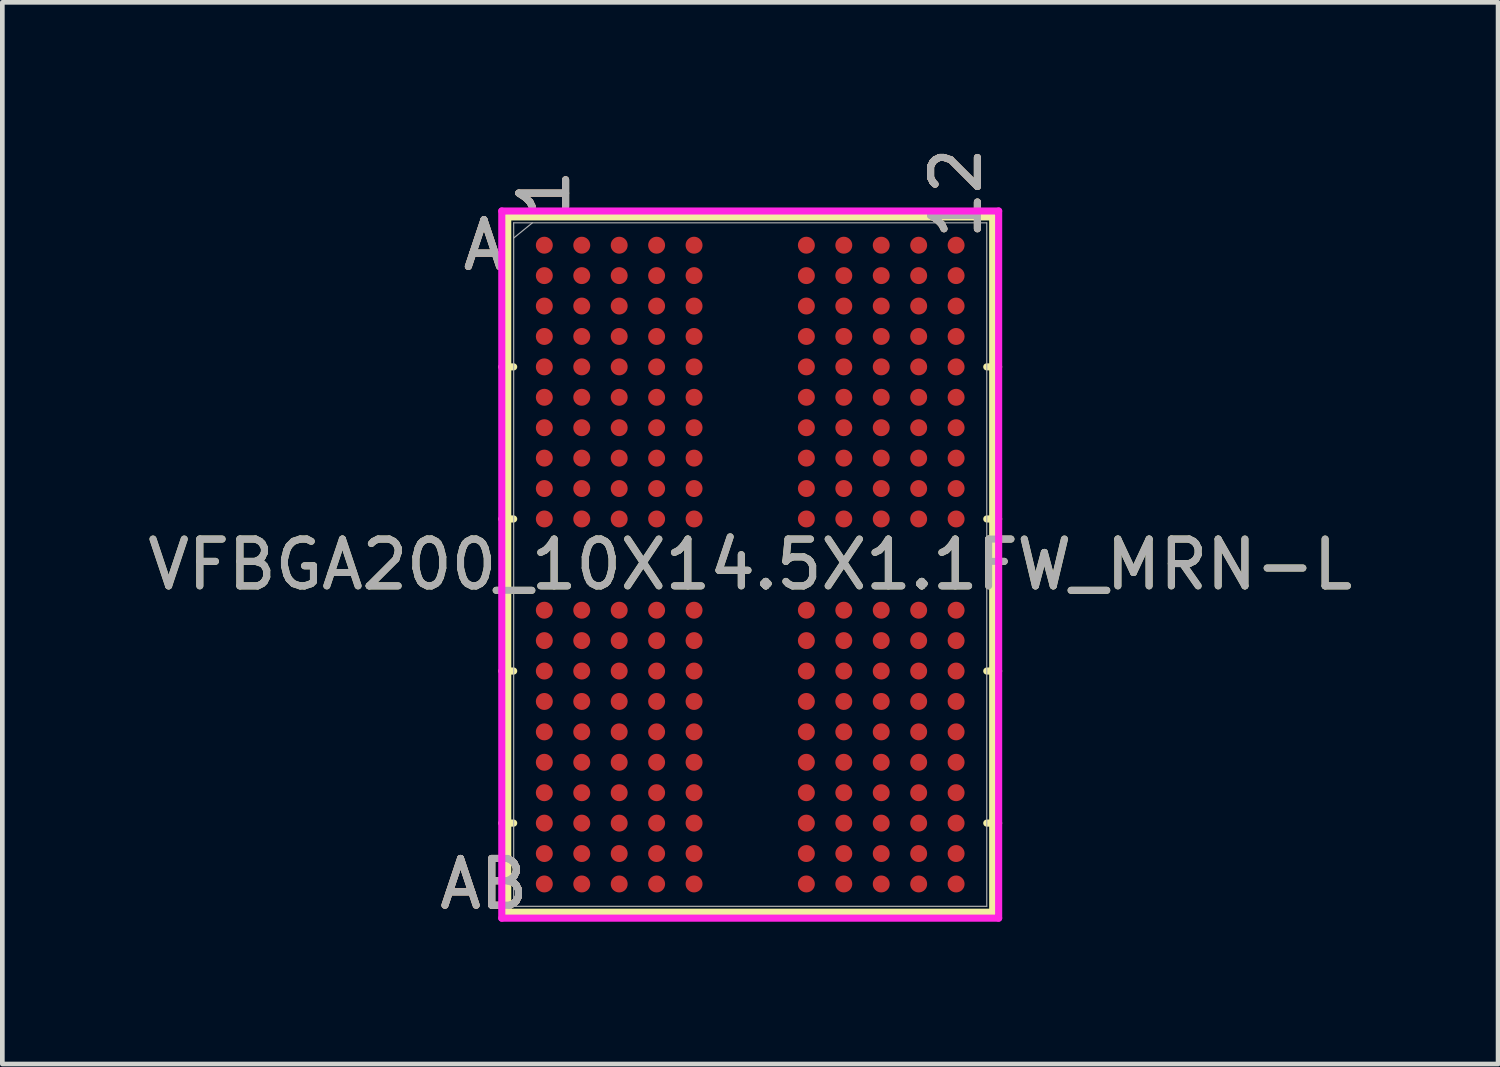
<source format=kicad_pcb>
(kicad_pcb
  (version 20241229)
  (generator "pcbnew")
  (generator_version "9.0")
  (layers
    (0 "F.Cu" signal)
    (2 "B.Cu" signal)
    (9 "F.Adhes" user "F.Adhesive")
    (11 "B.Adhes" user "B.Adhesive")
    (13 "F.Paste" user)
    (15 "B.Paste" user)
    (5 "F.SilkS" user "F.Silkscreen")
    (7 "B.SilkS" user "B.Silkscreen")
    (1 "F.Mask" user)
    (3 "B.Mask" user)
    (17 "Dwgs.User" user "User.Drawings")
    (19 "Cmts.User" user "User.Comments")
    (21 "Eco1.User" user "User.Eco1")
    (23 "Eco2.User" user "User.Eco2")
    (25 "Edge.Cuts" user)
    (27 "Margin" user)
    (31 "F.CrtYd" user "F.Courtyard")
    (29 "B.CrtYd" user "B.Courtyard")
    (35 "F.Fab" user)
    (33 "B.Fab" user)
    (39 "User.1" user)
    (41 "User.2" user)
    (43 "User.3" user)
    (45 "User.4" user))
  (footprint "VFBGA200_10X14.5X1.1FW_MRN-L"
    (layer "F.Cu")
    (at 12.982 9.015)
    (property "Reference" "VFBGA200_10X14.5X1.1FW_MRN-L" (at 0 0 0) (unlocked yes) (layer "F.SilkS") (effects (font (size 1 1) (thickness 0.15))))
    (attr smd)
    (fp_line (start -5.182 -7.429) (end -5.182 7.429) (stroke (width 0.152) (type solid)) (layer "F.SilkS"))
    (fp_line (start -5.182 7.429) (end 5.182 7.429) (stroke (width 0.152) (type solid)) (layer "F.SilkS"))
    (fp_line (start -5.055 -4.225) (end -5.309 -4.225) (stroke (width 0.152) (type solid)) (layer "F.SilkS"))
    (fp_line (start -5.055 -0.975) (end -5.309 -0.975) (stroke (width 0.152) (type solid)) (layer "F.SilkS"))
    (fp_line (start -5.055 2.275) (end -5.309 2.275) (stroke (width 0.152) (type solid)) (layer "F.SilkS"))
    (fp_line (start -5.055 5.525) (end -5.309 5.525) (stroke (width 0.152) (type solid)) (layer "F.SilkS"))
    (fp_line (start 5.055 -4.225) (end 5.309 -4.225) (stroke (width 0.152) (type solid)) (layer "F.SilkS"))
    (fp_line (start 5.055 -0.975) (end 5.309 -0.975) (stroke (width 0.152) (type solid)) (layer "F.SilkS"))
    (fp_line (start 5.055 2.275) (end 5.309 2.275) (stroke (width 0.152) (type solid)) (layer "F.SilkS"))
    (fp_line (start 5.055 5.525) (end 5.309 5.525) (stroke (width 0.152) (type solid)) (layer "F.SilkS"))
    (fp_line (start 5.182 -7.429) (end -5.182 -7.429) (stroke (width 0.152) (type solid)) (layer "F.SilkS"))
    (fp_line (start 5.182 7.429) (end 5.182 -7.429) (stroke (width 0.152) (type solid)) (layer "F.SilkS"))
    (fp_poly (pts (xy -5.245 -7.595) (xy 5.245 -7.595) (xy 5.245 7.595) (xy -5.245 7.595)) (stroke (width 0.1) (type solid)) (fill no) (layer "Eco2.User"))
    (fp_line (start -5.309 -7.556) (end 5.309 -7.556) (stroke (width 0.152) (type solid)) (layer "F.CrtYd"))
    (fp_line (start -5.309 7.556) (end -5.309 -7.556) (stroke (width 0.152) (type solid)) (layer "F.CrtYd"))
    (fp_line (start 5.309 -7.556) (end 5.309 7.556) (stroke (width 0.152) (type solid)) (layer "F.CrtYd"))
    (fp_line (start 5.309 7.556) (end -5.309 7.556) (stroke (width 0.152) (type solid)) (layer "F.CrtYd"))
    (fp_line (start -5.055 -7.303) (end -5.055 7.303) (stroke (width 0.025) (type solid)) (layer "F.Fab"))
    (fp_line (start -5.055 7.303) (end 5.055 7.303) (stroke (width 0.025) (type solid)) (layer "F.Fab"))
    (fp_line (start -4.655 -7.303) (end -5.055 -6.978) (stroke (width 0.025) (type solid)) (layer "F.Fab"))
    (fp_line (start 5.055 -7.303) (end -5.055 -7.303) (stroke (width 0.025) (type solid)) (layer "F.Fab"))
    (fp_line (start 5.055 7.303) (end 5.055 -7.303) (stroke (width 0.025) (type solid)) (layer "F.Fab"))
    (fp_text user "12" (at 4.4 -7.938 90) (unlocked yes) (layer "F.SilkS") (effects (font (size 1 1) (thickness 0.15))))
    (fp_text user "AB" (at -5.69 6.825 0) (unlocked yes) (layer "F.SilkS") (effects (font (size 1 1) (thickness 0.15))))
    (fp_text user "A" (at -5.69 -6.825 0) (unlocked yes) (layer "F.SilkS") (effects (font (size 1 1) (thickness 0.15))))
    (fp_text user "1" (at -4.4 -7.938 90) (unlocked yes) (layer "F.SilkS") (effects (font (size 1 1) (thickness 0.15))))
    (fp_text user "A" (at -5.69 -6.825 0) (unlocked yes) (layer "B.SilkS") (effects (font (size 1 1) (thickness 0.15))))
    (fp_text user "1" (at -4.4 -7.938 90) (unlocked yes) (layer "B.SilkS") (effects (font (size 1 1) (thickness 0.15))))
    (fp_text user "12" (at 4.4 -7.938 90) (unlocked yes) (layer "B.SilkS") (effects (font (size 1 1) (thickness 0.15))))
    (fp_text user "AB" (at -5.69 6.825 0) (unlocked yes) (layer "B.SilkS") (effects (font (size 1 1) (thickness 0.15))))
    (fp_text user "A" (at -5.69 -6.825 0) (unlocked yes) (layer "F.Fab") (effects (font (size 1 1) (thickness 0.15))))
    (fp_text user "12" (at 4.4 -7.938 90) (unlocked yes) (layer "F.Fab") (effects (font (size 1 1) (thickness 0.15))))
    (fp_text user "AB" (at -5.69 6.825 0) (unlocked yes) (layer "F.Fab") (effects (font (size 1 1) (thickness 0.15))))
    (fp_text user "1" (at -4.4 -7.938 90) (unlocked yes) (layer "F.Fab") (effects (font (size 1 1) (thickness 0.15))))
    (fp_text user "${REFERENCE}" (at 0 0 0) (unlocked yes) (layer "F.Fab") (effects (font (size 1 1) (thickness 0.15))))
    (pad "A1" smd circle (at -4.4 -6.825) (size 0.362 0.362) (layers "F.Cu" "F.Mask" "F.Paste"))
    (pad "A2" smd circle (at -3.6 -6.825) (size 0.362 0.362) (layers "F.Cu" "F.Mask" "F.Paste"))
    (pad "A3" smd circle (at -2.8 -6.825) (size 0.362 0.362) (layers "F.Cu" "F.Mask" "F.Paste"))
    (pad "A4" smd circle (at -2 -6.825) (size 0.362 0.362) (layers "F.Cu" "F.Mask" "F.Paste"))
    (pad "A5" smd circle (at -1.2 -6.825) (size 0.362 0.362) (layers "F.Cu" "F.Mask" "F.Paste"))
    (pad "A8" smd circle (at 1.2 -6.825) (size 0.362 0.362) (layers "F.Cu" "F.Mask" "F.Paste"))
    (pad "A9" smd circle (at 2 -6.825) (size 0.362 0.362) (layers "F.Cu" "F.Mask" "F.Paste"))
    (pad "A10" smd circle (at 2.8 -6.825) (size 0.362 0.362) (layers "F.Cu" "F.Mask" "F.Paste"))
    (pad "A11" smd circle (at 3.6 -6.825) (size 0.362 0.362) (layers "F.Cu" "F.Mask" "F.Paste"))
    (pad "A12" smd circle (at 4.4 -6.825) (size 0.362 0.362) (layers "F.Cu" "F.Mask" "F.Paste"))
    (pad "AA1" smd circle (at -4.4 6.175) (size 0.362 0.362) (layers "F.Cu" "F.Mask" "F.Paste"))
    (pad "AA2" smd circle (at -3.6 6.175) (size 0.362 0.362) (layers "F.Cu" "F.Mask" "F.Paste"))
    (pad "AA3" smd circle (at -2.8 6.175) (size 0.362 0.362) (layers "F.Cu" "F.Mask" "F.Paste"))
    (pad "AA4" smd circle (at -2 6.175) (size 0.362 0.362) (layers "F.Cu" "F.Mask" "F.Paste"))
    (pad "AA5" smd circle (at -1.2 6.175) (size 0.362 0.362) (layers "F.Cu" "F.Mask" "F.Paste"))
    (pad "AA8" smd circle (at 1.2 6.175) (size 0.362 0.362) (layers "F.Cu" "F.Mask" "F.Paste"))
    (pad "AA9" smd circle (at 2 6.175) (size 0.362 0.362) (layers "F.Cu" "F.Mask" "F.Paste"))
    (pad "AA10" smd circle (at 2.8 6.175) (size 0.362 0.362) (layers "F.Cu" "F.Mask" "F.Paste"))
    (pad "AA11" smd circle (at 3.6 6.175) (size 0.362 0.362) (layers "F.Cu" "F.Mask" "F.Paste"))
    (pad "AA12" smd circle (at 4.4 6.175) (size 0.362 0.362) (layers "F.Cu" "F.Mask" "F.Paste"))
    (pad "AB1" smd circle (at -4.4 6.825) (size 0.362 0.362) (layers "F.Cu" "F.Mask" "F.Paste"))
    (pad "AB2" smd circle (at -3.6 6.825) (size 0.362 0.362) (layers "F.Cu" "F.Mask" "F.Paste"))
    (pad "AB3" smd circle (at -2.8 6.825) (size 0.362 0.362) (layers "F.Cu" "F.Mask" "F.Paste"))
    (pad "AB4" smd circle (at -2 6.825) (size 0.362 0.362) (layers "F.Cu" "F.Mask" "F.Paste"))
    (pad "AB5" smd circle (at -1.2 6.825) (size 0.362 0.362) (layers "F.Cu" "F.Mask" "F.Paste"))
    (pad "AB8" smd circle (at 1.2 6.825) (size 0.362 0.362) (layers "F.Cu" "F.Mask" "F.Paste"))
    (pad "AB9" smd circle (at 2 6.825) (size 0.362 0.362) (layers "F.Cu" "F.Mask" "F.Paste"))
    (pad "AB10" smd circle (at 2.8 6.825) (size 0.362 0.362) (layers "F.Cu" "F.Mask" "F.Paste"))
    (pad "AB11" smd circle (at 3.6 6.825) (size 0.362 0.362) (layers "F.Cu" "F.Mask" "F.Paste"))
    (pad "AB12" smd circle (at 4.4 6.825) (size 0.362 0.362) (layers "F.Cu" "F.Mask" "F.Paste"))
    (pad "B1" smd circle (at -4.4 -6.175) (size 0.362 0.362) (layers "F.Cu" "F.Mask" "F.Paste"))
    (pad "B2" smd circle (at -3.6 -6.175) (size 0.362 0.362) (layers "F.Cu" "F.Mask" "F.Paste"))
    (pad "B3" smd circle (at -2.8 -6.175) (size 0.362 0.362) (layers "F.Cu" "F.Mask" "F.Paste"))
    (pad "B4" smd circle (at -2 -6.175) (size 0.362 0.362) (layers "F.Cu" "F.Mask" "F.Paste"))
    (pad "B5" smd circle (at -1.2 -6.175) (size 0.362 0.362) (layers "F.Cu" "F.Mask" "F.Paste"))
    (pad "B8" smd circle (at 1.2 -6.175) (size 0.362 0.362) (layers "F.Cu" "F.Mask" "F.Paste"))
    (pad "B9" smd circle (at 2 -6.175) (size 0.362 0.362) (layers "F.Cu" "F.Mask" "F.Paste"))
    (pad "B10" smd circle (at 2.8 -6.175) (size 0.362 0.362) (layers "F.Cu" "F.Mask" "F.Paste"))
    (pad "B11" smd circle (at 3.6 -6.175) (size 0.362 0.362) (layers "F.Cu" "F.Mask" "F.Paste"))
    (pad "B12" smd circle (at 4.4 -6.175) (size 0.362 0.362) (layers "F.Cu" "F.Mask" "F.Paste"))
    (pad "C1" smd circle (at -4.4 -5.525) (size 0.362 0.362) (layers "F.Cu" "F.Mask" "F.Paste"))
    (pad "C2" smd circle (at -3.6 -5.525) (size 0.362 0.362) (layers "F.Cu" "F.Mask" "F.Paste"))
    (pad "C3" smd circle (at -2.8 -5.525) (size 0.362 0.362) (layers "F.Cu" "F.Mask" "F.Paste"))
    (pad "C4" smd circle (at -2 -5.525) (size 0.362 0.362) (layers "F.Cu" "F.Mask" "F.Paste"))
    (pad "C5" smd circle (at -1.2 -5.525) (size 0.362 0.362) (layers "F.Cu" "F.Mask" "F.Paste"))
    (pad "C8" smd circle (at 1.2 -5.525) (size 0.362 0.362) (layers "F.Cu" "F.Mask" "F.Paste"))
    (pad "C9" smd circle (at 2 -5.525) (size 0.362 0.362) (layers "F.Cu" "F.Mask" "F.Paste"))
    (pad "C10" smd circle (at 2.8 -5.525) (size 0.362 0.362) (layers "F.Cu" "F.Mask" "F.Paste"))
    (pad "C11" smd circle (at 3.6 -5.525) (size 0.362 0.362) (layers "F.Cu" "F.Mask" "F.Paste"))
    (pad "C12" smd circle (at 4.4 -5.525) (size 0.362 0.362) (layers "F.Cu" "F.Mask" "F.Paste"))
    (pad "D1" smd circle (at -4.4 -4.875) (size 0.362 0.362) (layers "F.Cu" "F.Mask" "F.Paste"))
    (pad "D2" smd circle (at -3.6 -4.875) (size 0.362 0.362) (layers "F.Cu" "F.Mask" "F.Paste"))
    (pad "D3" smd circle (at -2.8 -4.875) (size 0.362 0.362) (layers "F.Cu" "F.Mask" "F.Paste"))
    (pad "D4" smd circle (at -2 -4.875) (size 0.362 0.362) (layers "F.Cu" "F.Mask" "F.Paste"))
    (pad "D5" smd circle (at -1.2 -4.875) (size 0.362 0.362) (layers "F.Cu" "F.Mask" "F.Paste"))
    (pad "D8" smd circle (at 1.2 -4.875) (size 0.362 0.362) (layers "F.Cu" "F.Mask" "F.Paste"))
    (pad "D9" smd circle (at 2 -4.875) (size 0.362 0.362) (layers "F.Cu" "F.Mask" "F.Paste"))
    (pad "D10" smd circle (at 2.8 -4.875) (size 0.362 0.362) (layers "F.Cu" "F.Mask" "F.Paste"))
    (pad "D11" smd circle (at 3.6 -4.875) (size 0.362 0.362) (layers "F.Cu" "F.Mask" "F.Paste"))
    (pad "D12" smd circle (at 4.4 -4.875) (size 0.362 0.362) (layers "F.Cu" "F.Mask" "F.Paste"))
    (pad "E1" smd circle (at -4.4 -4.225) (size 0.362 0.362) (layers "F.Cu" "F.Mask" "F.Paste"))
    (pad "E2" smd circle (at -3.6 -4.225) (size 0.362 0.362) (layers "F.Cu" "F.Mask" "F.Paste"))
    (pad "E3" smd circle (at -2.8 -4.225) (size 0.362 0.362) (layers "F.Cu" "F.Mask" "F.Paste"))
    (pad "E4" smd circle (at -2 -4.225) (size 0.362 0.362) (layers "F.Cu" "F.Mask" "F.Paste"))
    (pad "E5" smd circle (at -1.2 -4.225) (size 0.362 0.362) (layers "F.Cu" "F.Mask" "F.Paste"))
    (pad "E8" smd circle (at 1.2 -4.225) (size 0.362 0.362) (layers "F.Cu" "F.Mask" "F.Paste"))
    (pad "E9" smd circle (at 2 -4.225) (size 0.362 0.362) (layers "F.Cu" "F.Mask" "F.Paste"))
    (pad "E10" smd circle (at 2.8 -4.225) (size 0.362 0.362) (layers "F.Cu" "F.Mask" "F.Paste"))
    (pad "E11" smd circle (at 3.6 -4.225) (size 0.362 0.362) (layers "F.Cu" "F.Mask" "F.Paste"))
    (pad "E12" smd circle (at 4.4 -4.225) (size 0.362 0.362) (layers "F.Cu" "F.Mask" "F.Paste"))
    (pad "F1" smd circle (at -4.4 -3.575) (size 0.362 0.362) (layers "F.Cu" "F.Mask" "F.Paste"))
    (pad "F2" smd circle (at -3.6 -3.575) (size 0.362 0.362) (layers "F.Cu" "F.Mask" "F.Paste"))
    (pad "F3" smd circle (at -2.8 -3.575) (size 0.362 0.362) (layers "F.Cu" "F.Mask" "F.Paste"))
    (pad "F4" smd circle (at -2 -3.575) (size 0.362 0.362) (layers "F.Cu" "F.Mask" "F.Paste"))
    (pad "F5" smd circle (at -1.2 -3.575) (size 0.362 0.362) (layers "F.Cu" "F.Mask" "F.Paste"))
    (pad "F8" smd circle (at 1.2 -3.575) (size 0.362 0.362) (layers "F.Cu" "F.Mask" "F.Paste"))
    (pad "F9" smd circle (at 2 -3.575) (size 0.362 0.362) (layers "F.Cu" "F.Mask" "F.Paste"))
    (pad "F10" smd circle (at 2.8 -3.575) (size 0.362 0.362) (layers "F.Cu" "F.Mask" "F.Paste"))
    (pad "F11" smd circle (at 3.6 -3.575) (size 0.362 0.362) (layers "F.Cu" "F.Mask" "F.Paste"))
    (pad "F12" smd circle (at 4.4 -3.575) (size 0.362 0.362) (layers "F.Cu" "F.Mask" "F.Paste"))
    (pad "G1" smd circle (at -4.4 -2.925) (size 0.362 0.362) (layers "F.Cu" "F.Mask" "F.Paste"))
    (pad "G2" smd circle (at -3.6 -2.925) (size 0.362 0.362) (layers "F.Cu" "F.Mask" "F.Paste"))
    (pad "G3" smd circle (at -2.8 -2.925) (size 0.362 0.362) (layers "F.Cu" "F.Mask" "F.Paste"))
    (pad "G4" smd circle (at -2 -2.925) (size 0.362 0.362) (layers "F.Cu" "F.Mask" "F.Paste"))
    (pad "G5" smd circle (at -1.2 -2.925) (size 0.362 0.362) (layers "F.Cu" "F.Mask" "F.Paste"))
    (pad "G8" smd circle (at 1.2 -2.925) (size 0.362 0.362) (layers "F.Cu" "F.Mask" "F.Paste"))
    (pad "G9" smd circle (at 2 -2.925) (size 0.362 0.362) (layers "F.Cu" "F.Mask" "F.Paste"))
    (pad "G10" smd circle (at 2.8 -2.925) (size 0.362 0.362) (layers "F.Cu" "F.Mask" "F.Paste"))
    (pad "G11" smd circle (at 3.6 -2.925) (size 0.362 0.362) (layers "F.Cu" "F.Mask" "F.Paste"))
    (pad "G12" smd circle (at 4.4 -2.925) (size 0.362 0.362) (layers "F.Cu" "F.Mask" "F.Paste"))
    (pad "H1" smd circle (at -4.4 -2.275) (size 0.362 0.362) (layers "F.Cu" "F.Mask" "F.Paste"))
    (pad "H2" smd circle (at -3.6 -2.275) (size 0.362 0.362) (layers "F.Cu" "F.Mask" "F.Paste"))
    (pad "H3" smd circle (at -2.8 -2.275) (size 0.362 0.362) (layers "F.Cu" "F.Mask" "F.Paste"))
    (pad "H4" smd circle (at -2 -2.275) (size 0.362 0.362) (layers "F.Cu" "F.Mask" "F.Paste"))
    (pad "H5" smd circle (at -1.2 -2.275) (size 0.362 0.362) (layers "F.Cu" "F.Mask" "F.Paste"))
    (pad "H8" smd circle (at 1.2 -2.275) (size 0.362 0.362) (layers "F.Cu" "F.Mask" "F.Paste"))
    (pad "H9" smd circle (at 2 -2.275) (size 0.362 0.362) (layers "F.Cu" "F.Mask" "F.Paste"))
    (pad "H10" smd circle (at 2.8 -2.275) (size 0.362 0.362) (layers "F.Cu" "F.Mask" "F.Paste"))
    (pad "H11" smd circle (at 3.6 -2.275) (size 0.362 0.362) (layers "F.Cu" "F.Mask" "F.Paste"))
    (pad "H12" smd circle (at 4.4 -2.275) (size 0.362 0.362) (layers "F.Cu" "F.Mask" "F.Paste"))
    (pad "J1" smd circle (at -4.4 -1.625) (size 0.362 0.362) (layers "F.Cu" "F.Mask" "F.Paste"))
    (pad "J2" smd circle (at -3.6 -1.625) (size 0.362 0.362) (layers "F.Cu" "F.Mask" "F.Paste"))
    (pad "J3" smd circle (at -2.8 -1.625) (size 0.362 0.362) (layers "F.Cu" "F.Mask" "F.Paste"))
    (pad "J4" smd circle (at -2 -1.625) (size 0.362 0.362) (layers "F.Cu" "F.Mask" "F.Paste"))
    (pad "J5" smd circle (at -1.2 -1.625) (size 0.362 0.362) (layers "F.Cu" "F.Mask" "F.Paste"))
    (pad "J8" smd circle (at 1.2 -1.625) (size 0.362 0.362) (layers "F.Cu" "F.Mask" "F.Paste"))
    (pad "J9" smd circle (at 2 -1.625) (size 0.362 0.362) (layers "F.Cu" "F.Mask" "F.Paste"))
    (pad "J10" smd circle (at 2.8 -1.625) (size 0.362 0.362) (layers "F.Cu" "F.Mask" "F.Paste"))
    (pad "J11" smd circle (at 3.6 -1.625) (size 0.362 0.362) (layers "F.Cu" "F.Mask" "F.Paste"))
    (pad "J12" smd circle (at 4.4 -1.625) (size 0.362 0.362) (layers "F.Cu" "F.Mask" "F.Paste"))
    (pad "K1" smd circle (at -4.4 -0.975) (size 0.362 0.362) (layers "F.Cu" "F.Mask" "F.Paste"))
    (pad "K2" smd circle (at -3.6 -0.975) (size 0.362 0.362) (layers "F.Cu" "F.Mask" "F.Paste"))
    (pad "K3" smd circle (at -2.8 -0.975) (size 0.362 0.362) (layers "F.Cu" "F.Mask" "F.Paste"))
    (pad "K4" smd circle (at -2 -0.975) (size 0.362 0.362) (layers "F.Cu" "F.Mask" "F.Paste"))
    (pad "K5" smd circle (at -1.2 -0.975) (size 0.362 0.362) (layers "F.Cu" "F.Mask" "F.Paste"))
    (pad "K8" smd circle (at 1.2 -0.975) (size 0.362 0.362) (layers "F.Cu" "F.Mask" "F.Paste"))
    (pad "K9" smd circle (at 2 -0.975) (size 0.362 0.362) (layers "F.Cu" "F.Mask" "F.Paste"))
    (pad "K10" smd circle (at 2.8 -0.975) (size 0.362 0.362) (layers "F.Cu" "F.Mask" "F.Paste"))
    (pad "K11" smd circle (at 3.6 -0.975) (size 0.362 0.362) (layers "F.Cu" "F.Mask" "F.Paste"))
    (pad "K12" smd circle (at 4.4 -0.975) (size 0.362 0.362) (layers "F.Cu" "F.Mask" "F.Paste"))
    (pad "N1" smd circle (at -4.4 0.975) (size 0.362 0.362) (layers "F.Cu" "F.Mask" "F.Paste"))
    (pad "N2" smd circle (at -3.6 0.975) (size 0.362 0.362) (layers "F.Cu" "F.Mask" "F.Paste"))
    (pad "N3" smd circle (at -2.8 0.975) (size 0.362 0.362) (layers "F.Cu" "F.Mask" "F.Paste"))
    (pad "N4" smd circle (at -2 0.975) (size 0.362 0.362) (layers "F.Cu" "F.Mask" "F.Paste"))
    (pad "N5" smd circle (at -1.2 0.975) (size 0.362 0.362) (layers "F.Cu" "F.Mask" "F.Paste"))
    (pad "N8" smd circle (at 1.2 0.975) (size 0.362 0.362) (layers "F.Cu" "F.Mask" "F.Paste"))
    (pad "N9" smd circle (at 2 0.975) (size 0.362 0.362) (layers "F.Cu" "F.Mask" "F.Paste"))
    (pad "N10" smd circle (at 2.8 0.975) (size 0.362 0.362) (layers "F.Cu" "F.Mask" "F.Paste"))
    (pad "N11" smd circle (at 3.6 0.975) (size 0.362 0.362) (layers "F.Cu" "F.Mask" "F.Paste"))
    (pad "N12" smd circle (at 4.4 0.975) (size 0.362 0.362) (layers "F.Cu" "F.Mask" "F.Paste"))
    (pad "P1" smd circle (at -4.4 1.625) (size 0.362 0.362) (layers "F.Cu" "F.Mask" "F.Paste"))
    (pad "P2" smd circle (at -3.6 1.625) (size 0.362 0.362) (layers "F.Cu" "F.Mask" "F.Paste"))
    (pad "P3" smd circle (at -2.8 1.625) (size 0.362 0.362) (layers "F.Cu" "F.Mask" "F.Paste"))
    (pad "P4" smd circle (at -2 1.625) (size 0.362 0.362) (layers "F.Cu" "F.Mask" "F.Paste"))
    (pad "P5" smd circle (at -1.2 1.625) (size 0.362 0.362) (layers "F.Cu" "F.Mask" "F.Paste"))
    (pad "P8" smd circle (at 1.2 1.625) (size 0.362 0.362) (layers "F.Cu" "F.Mask" "F.Paste"))
    (pad "P9" smd circle (at 2 1.625) (size 0.362 0.362) (layers "F.Cu" "F.Mask" "F.Paste"))
    (pad "P10" smd circle (at 2.8 1.625) (size 0.362 0.362) (layers "F.Cu" "F.Mask" "F.Paste"))
    (pad "P11" smd circle (at 3.6 1.625) (size 0.362 0.362) (layers "F.Cu" "F.Mask" "F.Paste"))
    (pad "P12" smd circle (at 4.4 1.625) (size 0.362 0.362) (layers "F.Cu" "F.Mask" "F.Paste"))
    (pad "R1" smd circle (at -4.4 2.275) (size 0.362 0.362) (layers "F.Cu" "F.Mask" "F.Paste"))
    (pad "R2" smd circle (at -3.6 2.275) (size 0.362 0.362) (layers "F.Cu" "F.Mask" "F.Paste"))
    (pad "R3" smd circle (at -2.8 2.275) (size 0.362 0.362) (layers "F.Cu" "F.Mask" "F.Paste"))
    (pad "R4" smd circle (at -2 2.275) (size 0.362 0.362) (layers "F.Cu" "F.Mask" "F.Paste"))
    (pad "R5" smd circle (at -1.2 2.275) (size 0.362 0.362) (layers "F.Cu" "F.Mask" "F.Paste"))
    (pad "R8" smd circle (at 1.2 2.275) (size 0.362 0.362) (layers "F.Cu" "F.Mask" "F.Paste"))
    (pad "R9" smd circle (at 2 2.275) (size 0.362 0.362) (layers "F.Cu" "F.Mask" "F.Paste"))
    (pad "R10" smd circle (at 2.8 2.275) (size 0.362 0.362) (layers "F.Cu" "F.Mask" "F.Paste"))
    (pad "R11" smd circle (at 3.6 2.275) (size 0.362 0.362) (layers "F.Cu" "F.Mask" "F.Paste"))
    (pad "R12" smd circle (at 4.4 2.275) (size 0.362 0.362) (layers "F.Cu" "F.Mask" "F.Paste"))
    (pad "T1" smd circle (at -4.4 2.925) (size 0.362 0.362) (layers "F.Cu" "F.Mask" "F.Paste"))
    (pad "T2" smd circle (at -3.6 2.925) (size 0.362 0.362) (layers "F.Cu" "F.Mask" "F.Paste"))
    (pad "T3" smd circle (at -2.8 2.925) (size 0.362 0.362) (layers "F.Cu" "F.Mask" "F.Paste"))
    (pad "T4" smd circle (at -2 2.925) (size 0.362 0.362) (layers "F.Cu" "F.Mask" "F.Paste"))
    (pad "T5" smd circle (at -1.2 2.925) (size 0.362 0.362) (layers "F.Cu" "F.Mask" "F.Paste"))
    (pad "T8" smd circle (at 1.2 2.925) (size 0.362 0.362) (layers "F.Cu" "F.Mask" "F.Paste"))
    (pad "T9" smd circle (at 2 2.925) (size 0.362 0.362) (layers "F.Cu" "F.Mask" "F.Paste"))
    (pad "T10" smd circle (at 2.8 2.925) (size 0.362 0.362) (layers "F.Cu" "F.Mask" "F.Paste"))
    (pad "T11" smd circle (at 3.6 2.925) (size 0.362 0.362) (layers "F.Cu" "F.Mask" "F.Paste"))
    (pad "T12" smd circle (at 4.4 2.925) (size 0.362 0.362) (layers "F.Cu" "F.Mask" "F.Paste"))
    (pad "U1" smd circle (at -4.4 3.575) (size 0.362 0.362) (layers "F.Cu" "F.Mask" "F.Paste"))
    (pad "U2" smd circle (at -3.6 3.575) (size 0.362 0.362) (layers "F.Cu" "F.Mask" "F.Paste"))
    (pad "U3" smd circle (at -2.8 3.575) (size 0.362 0.362) (layers "F.Cu" "F.Mask" "F.Paste"))
    (pad "U4" smd circle (at -2 3.575) (size 0.362 0.362) (layers "F.Cu" "F.Mask" "F.Paste"))
    (pad "U5" smd circle (at -1.2 3.575) (size 0.362 0.362) (layers "F.Cu" "F.Mask" "F.Paste"))
    (pad "U8" smd circle (at 1.2 3.575) (size 0.362 0.362) (layers "F.Cu" "F.Mask" "F.Paste"))
    (pad "U9" smd circle (at 2 3.575) (size 0.362 0.362) (layers "F.Cu" "F.Mask" "F.Paste"))
    (pad "U10" smd circle (at 2.8 3.575) (size 0.362 0.362) (layers "F.Cu" "F.Mask" "F.Paste"))
    (pad "U11" smd circle (at 3.6 3.575) (size 0.362 0.362) (layers "F.Cu" "F.Mask" "F.Paste"))
    (pad "U12" smd circle (at 4.4 3.575) (size 0.362 0.362) (layers "F.Cu" "F.Mask" "F.Paste"))
    (pad "V1" smd circle (at -4.4 4.225) (size 0.362 0.362) (layers "F.Cu" "F.Mask" "F.Paste"))
    (pad "V2" smd circle (at -3.6 4.225) (size 0.362 0.362) (layers "F.Cu" "F.Mask" "F.Paste"))
    (pad "V3" smd circle (at -2.8 4.225) (size 0.362 0.362) (layers "F.Cu" "F.Mask" "F.Paste"))
    (pad "V4" smd circle (at -2 4.225) (size 0.362 0.362) (layers "F.Cu" "F.Mask" "F.Paste"))
    (pad "V5" smd circle (at -1.2 4.225) (size 0.362 0.362) (layers "F.Cu" "F.Mask" "F.Paste"))
    (pad "V8" smd circle (at 1.2 4.225) (size 0.362 0.362) (layers "F.Cu" "F.Mask" "F.Paste"))
    (pad "V9" smd circle (at 2 4.225) (size 0.362 0.362) (layers "F.Cu" "F.Mask" "F.Paste"))
    (pad "V10" smd circle (at 2.8 4.225) (size 0.362 0.362) (layers "F.Cu" "F.Mask" "F.Paste"))
    (pad "V11" smd circle (at 3.6 4.225) (size 0.362 0.362) (layers "F.Cu" "F.Mask" "F.Paste"))
    (pad "V12" smd circle (at 4.4 4.225) (size 0.362 0.362) (layers "F.Cu" "F.Mask" "F.Paste"))
    (pad "W1" smd circle (at -4.4 4.875) (size 0.362 0.362) (layers "F.Cu" "F.Mask" "F.Paste"))
    (pad "W2" smd circle (at -3.6 4.875) (size 0.362 0.362) (layers "F.Cu" "F.Mask" "F.Paste"))
    (pad "W3" smd circle (at -2.8 4.875) (size 0.362 0.362) (layers "F.Cu" "F.Mask" "F.Paste"))
    (pad "W4" smd circle (at -2 4.875) (size 0.362 0.362) (layers "F.Cu" "F.Mask" "F.Paste"))
    (pad "W5" smd circle (at -1.2 4.875) (size 0.362 0.362) (layers "F.Cu" "F.Mask" "F.Paste"))
    (pad "W8" smd circle (at 1.2 4.875) (size 0.362 0.362) (layers "F.Cu" "F.Mask" "F.Paste"))
    (pad "W9" smd circle (at 2 4.875) (size 0.362 0.362) (layers "F.Cu" "F.Mask" "F.Paste"))
    (pad "W10" smd circle (at 2.8 4.875) (size 0.362 0.362) (layers "F.Cu" "F.Mask" "F.Paste"))
    (pad "W11" smd circle (at 3.6 4.875) (size 0.362 0.362) (layers "F.Cu" "F.Mask" "F.Paste"))
    (pad "W12" smd circle (at 4.4 4.875) (size 0.362 0.362) (layers "F.Cu" "F.Mask" "F.Paste"))
    (pad "Y1" smd circle (at -4.4 5.525) (size 0.362 0.362) (layers "F.Cu" "F.Mask" "F.Paste"))
    (pad "Y2" smd circle (at -3.6 5.525) (size 0.362 0.362) (layers "F.Cu" "F.Mask" "F.Paste"))
    (pad "Y3" smd circle (at -2.8 5.525) (size 0.362 0.362) (layers "F.Cu" "F.Mask" "F.Paste"))
    (pad "Y4" smd circle (at -2 5.525) (size 0.362 0.362) (layers "F.Cu" "F.Mask" "F.Paste"))
    (pad "Y5" smd circle (at -1.2 5.525) (size 0.362 0.362) (layers "F.Cu" "F.Mask" "F.Paste"))
    (pad "Y8" smd circle (at 1.2 5.525) (size 0.362 0.362) (layers "F.Cu" "F.Mask" "F.Paste"))
    (pad "Y9" smd circle (at 2 5.525) (size 0.362 0.362) (layers "F.Cu" "F.Mask" "F.Paste"))
    (pad "Y10" smd circle (at 2.8 5.525) (size 0.362 0.362) (layers "F.Cu" "F.Mask" "F.Paste"))
    (pad "Y11" smd circle (at 3.6 5.525) (size 0.362 0.362) (layers "F.Cu" "F.Mask" "F.Paste"))
    (pad "Y12" smd circle (at 4.4 5.525) (size 0.362 0.362) (layers "F.Cu" "F.Mask" "F.Paste")))
  (gr_rect
    (start -3 -3)
    (end 28.964 19.688)
    (stroke (width 0.1) (type default))
    (fill no)
    (layer "Edge.Cuts")))
</source>
